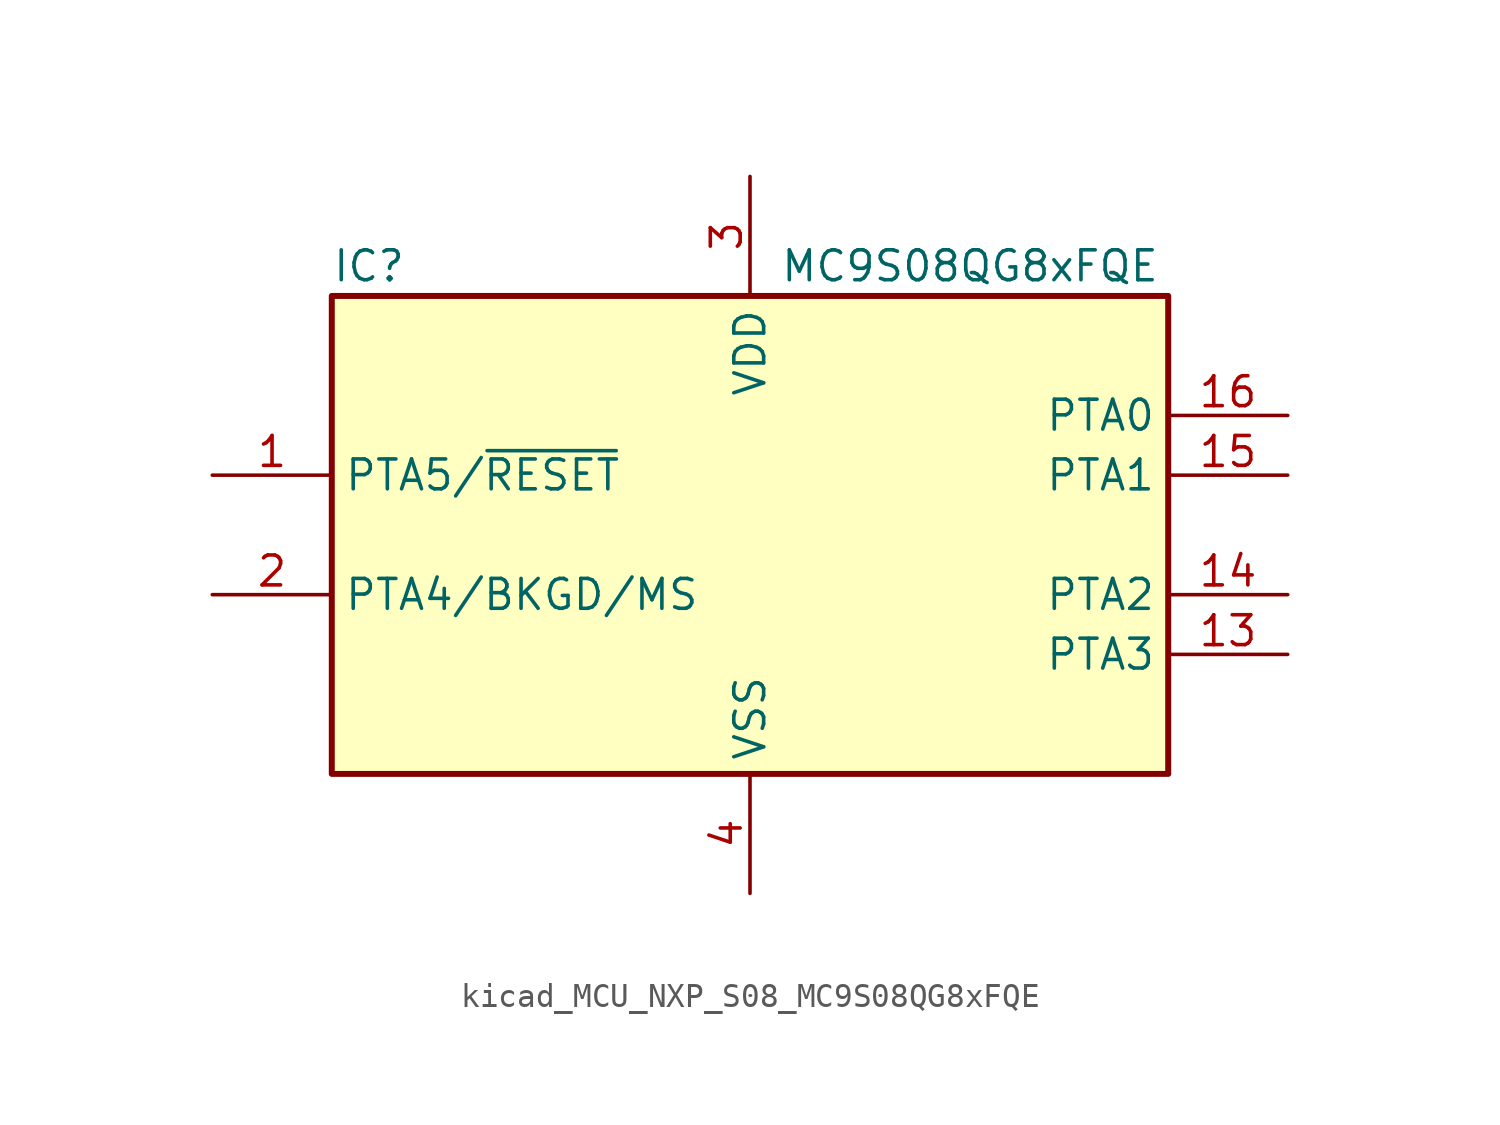
<source format=kicad_sym>
(kicad_symbol_lib
  (version 20220914)
  (generator kicad_symbol_editor)
  (symbol "kicad_MCU_NXP_S08_MC9S08QG8xFQE"
    (property "Reference" "IC"
      (at -17.78 11.43 0)
      (effects (font (size 1.27 1.27)) (justify left)))
    (property "Value" "MC9S08QG8xFQE"
      (at 1.27 11.43 0)
      (effects (font (size 1.27 1.27)) (justify left)))
    (symbol "kicad_MCU_NXP_S08_MC9S08QG8xFQE_0_1"
      (rectangle (start -17.78 10.16) (end 17.78 -10.16) (stroke (width 0.254) (type default)) (fill (type background))))
    (symbol "kicad_MCU_NXP_S08_MC9S08QG8xFQE_1_1"
      (pin bidirectional line (at -22.86 2.54 0) (length 5.08) (name "PTA5/~{RESET}" (effects (font (size 1.27 1.27)))) (number "1" (effects (font (size 1.27 1.27)))))
      (pin bidirectional line (at 22.86 -5.08 180) (length 5.08) (name "PTA3" (effects (font (size 1.27 1.27)))) (number "13" (effects (font (size 1.27 1.27)))))
      (pin bidirectional line (at 22.86 -2.54 180) (length 5.08) (name "PTA2" (effects (font (size 1.27 1.27)))) (number "14" (effects (font (size 1.27 1.27)))))
      (pin bidirectional line (at 22.86 2.54 180) (length 5.08) (name "PTA1" (effects (font (size 1.27 1.27)))) (number "15" (effects (font (size 1.27 1.27)))))
      (pin bidirectional line (at 22.86 5.08 180) (length 5.08) (name "PTA0" (effects (font (size 1.27 1.27)))) (number "16" (effects (font (size 1.27 1.27)))))
      (pin bidirectional line (at -22.86 -2.54 0) (length 5.08) (name "PTA4/BKGD/MS" (effects (font (size 1.27 1.27)))) (number "2" (effects (font (size 1.27 1.27)))))
      (pin power_in line (at 0 15.24 270) (length 5.08) (name "VDD" (effects (font (size 1.27 1.27)))) (number "3" (effects (font (size 1.27 1.27)))))
      (pin power_in line (at 0 -15.24 90) (length 5.08) (name "VSS" (effects (font (size 1.27 1.27)))) (number "4" (effects (font (size 1.27 1.27))))))))
</source>
